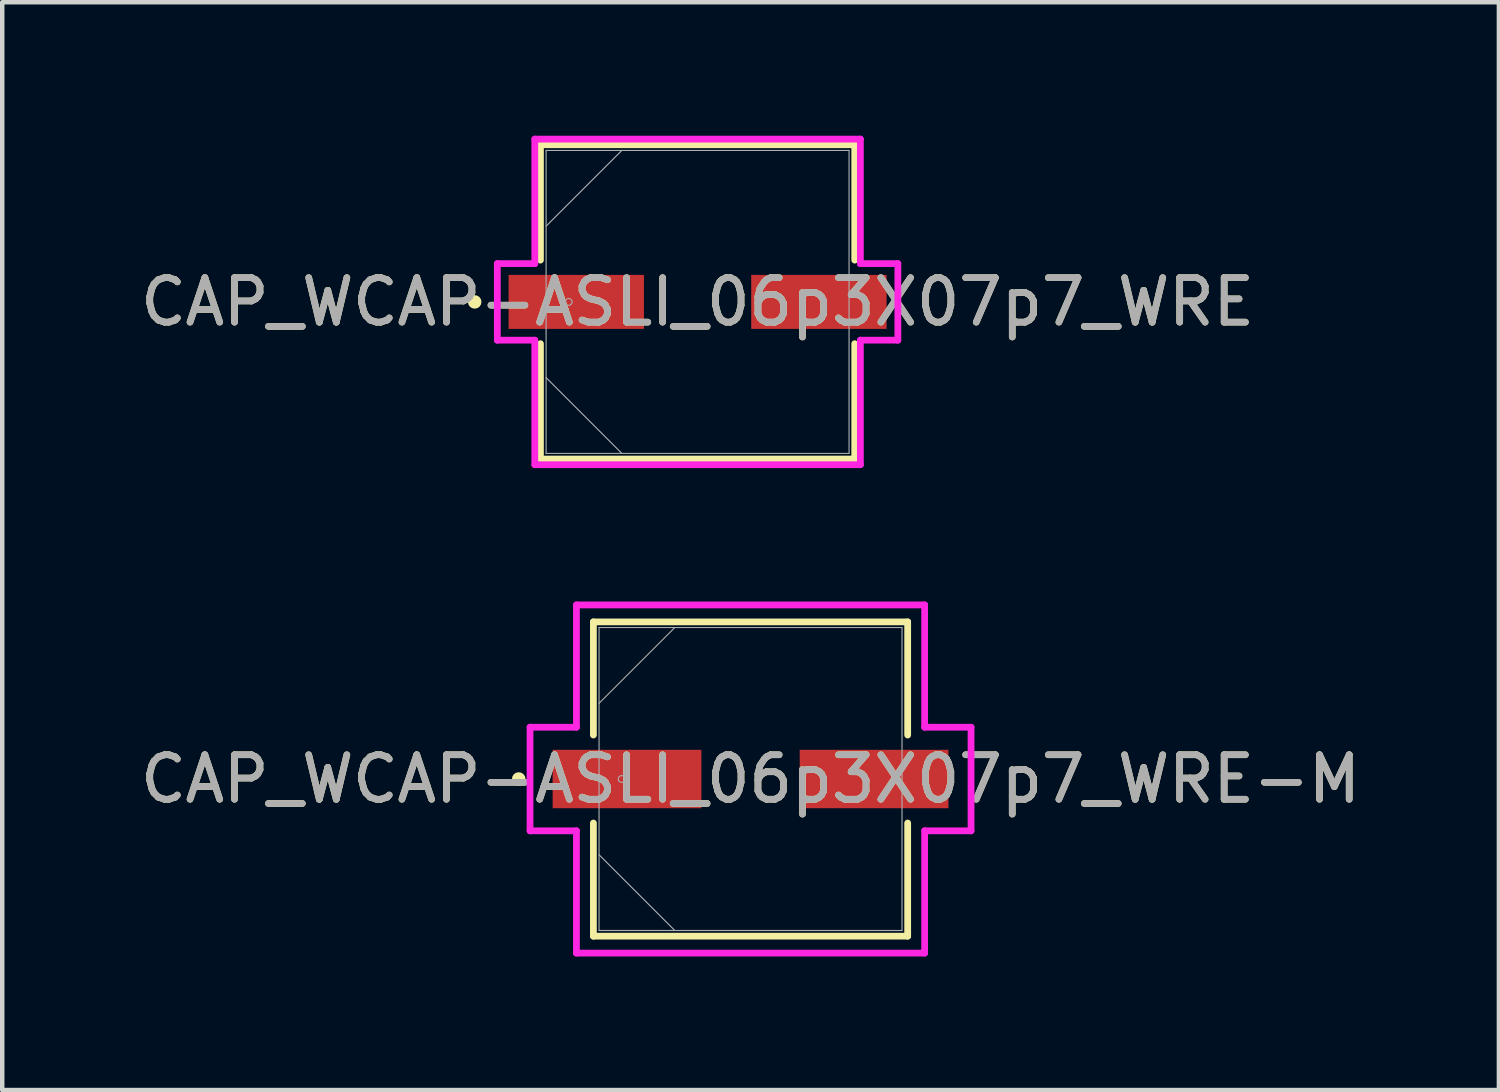
<source format=kicad_pcb>
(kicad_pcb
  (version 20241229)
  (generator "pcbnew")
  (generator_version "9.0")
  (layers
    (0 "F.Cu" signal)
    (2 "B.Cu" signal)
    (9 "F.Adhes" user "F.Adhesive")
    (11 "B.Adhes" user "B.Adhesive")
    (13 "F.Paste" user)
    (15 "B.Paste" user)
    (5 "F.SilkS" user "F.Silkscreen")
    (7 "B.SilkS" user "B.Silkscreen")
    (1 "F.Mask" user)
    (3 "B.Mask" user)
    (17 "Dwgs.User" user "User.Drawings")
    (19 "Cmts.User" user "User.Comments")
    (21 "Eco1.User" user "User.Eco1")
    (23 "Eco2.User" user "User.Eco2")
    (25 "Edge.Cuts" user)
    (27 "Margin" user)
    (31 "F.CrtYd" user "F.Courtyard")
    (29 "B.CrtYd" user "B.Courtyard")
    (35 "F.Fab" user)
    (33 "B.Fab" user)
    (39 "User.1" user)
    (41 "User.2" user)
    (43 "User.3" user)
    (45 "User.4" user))
  (footprint "CAP_WCAP-ASLI_06p3X07p7_WRE"
    (layer "F.Cu")
    (at 12.625 3.734)
    (property "Reference" "CAP_WCAP-ASLI_06p3X07p7_WRE" (at 0 0 0) (unlocked yes) (layer "F.SilkS") (effects (font (size 1 1) (thickness 0.15))))
    (attr smd)
    (fp_line (start -3.531 -3.531) (end -3.531 -0.939) (stroke (width 0.152) (type solid)) (layer "F.SilkS"))
    (fp_line (start -3.531 0.939) (end -3.531 3.531) (stroke (width 0.152) (type solid)) (layer "F.SilkS"))
    (fp_line (start -3.531 3.531) (end 3.531 3.531) (stroke (width 0.152) (type solid)) (layer "F.SilkS"))
    (fp_line (start 3.531 -3.531) (end -3.531 -3.531) (stroke (width 0.152) (type solid)) (layer "F.SilkS"))
    (fp_line (start 3.531 -0.939) (end 3.531 -3.531) (stroke (width 0.152) (type solid)) (layer "F.SilkS"))
    (fp_line (start 3.531 3.531) (end 3.531 0.939) (stroke (width 0.152) (type solid)) (layer "F.SilkS"))
    (fp_circle (center -5.008 0) (end -4.932 0) (stroke (width 0.152) (type solid)) (fill no) (layer "F.SilkS"))
    (fp_line (start -4.5 -0.86) (end -3.658 -0.86) (stroke (width 0.152) (type solid)) (layer "F.CrtYd"))
    (fp_line (start -4.5 0.86) (end -4.5 -0.86) (stroke (width 0.152) (type solid)) (layer "F.CrtYd"))
    (fp_line (start -3.658 -3.658) (end 3.658 -3.658) (stroke (width 0.152) (type solid)) (layer "F.CrtYd"))
    (fp_line (start -3.658 -0.86) (end -3.658 -3.658) (stroke (width 0.152) (type solid)) (layer "F.CrtYd"))
    (fp_line (start -3.658 0.86) (end -4.5 0.86) (stroke (width 0.152) (type solid)) (layer "F.CrtYd"))
    (fp_line (start -3.658 3.658) (end -3.658 0.86) (stroke (width 0.152) (type solid)) (layer "F.CrtYd"))
    (fp_line (start 3.658 -3.658) (end 3.658 -0.86) (stroke (width 0.152) (type solid)) (layer "F.CrtYd"))
    (fp_line (start 3.658 -0.86) (end 4.5 -0.86) (stroke (width 0.152) (type solid)) (layer "F.CrtYd"))
    (fp_line (start 3.658 0.86) (end 3.658 3.658) (stroke (width 0.152) (type solid)) (layer "F.CrtYd"))
    (fp_line (start 3.658 3.658) (end -3.658 3.658) (stroke (width 0.152) (type solid)) (layer "F.CrtYd"))
    (fp_line (start 4.5 -0.86) (end 4.5 0.86) (stroke (width 0.152) (type solid)) (layer "F.CrtYd"))
    (fp_line (start 4.5 0.86) (end 3.658 0.86) (stroke (width 0.152) (type solid)) (layer "F.CrtYd"))
    (fp_line (start -3.404 -3.404) (end -3.404 3.404) (stroke (width 0.025) (type solid)) (layer "F.Fab"))
    (fp_line (start -3.404 -1.702) (end -1.702 -3.404) (stroke (width 0.025) (type solid)) (layer "F.Fab"))
    (fp_line (start -3.404 1.702) (end -1.702 3.404) (stroke (width 0.025) (type solid)) (layer "F.Fab"))
    (fp_line (start -3.404 3.404) (end 3.404 3.404) (stroke (width 0.025) (type solid)) (layer "F.Fab"))
    (fp_line (start 3.404 -3.404) (end -3.404 -3.404) (stroke (width 0.025) (type solid)) (layer "F.Fab"))
    (fp_line (start 3.404 3.404) (end 3.404 -3.404) (stroke (width 0.025) (type solid)) (layer "F.Fab"))
    (fp_circle (center -2.896 0) (end -2.819 0) (stroke (width 0.025) (type solid)) (fill no) (layer "F.Fab"))
    (fp_text user "${REFERENCE}" (at 0 0 0) (unlocked yes) (layer "F.Fab") (effects (font (size 1 1) (thickness 0.15))))
    (pad "1" smd rect (at -2.726 0) (size 3.042 1.213) (layers "F.Cu" "F.Mask" "F.Paste"))
    (pad "2" smd rect (at 2.726 0) (size 3.042 1.213) (layers "F.Cu" "F.Mask" "F.Paste"))
    (zone (net_name "") (layer "F.Cu") (hatch full 0.508) (connect_pads) (min_thickness 0.254) (filled_areas_thickness no) (keepout (tracks not_allowed) (vias not_allowed) (pads allowed) (copperpour not_allowed) (footprints allowed)) (placement (enabled no)) (fill) (polygon (pts (xy 9.272 0.381) (xy 15.978 0.381) (xy 15.978 3.077) (xy 9.272 3.077))))
    (zone (net_name "") (layer "F.Cu") (hatch full 0.508) (connect_pads) (min_thickness 0.254) (filled_areas_thickness no) (keepout (tracks not_allowed) (vias not_allowed) (pads allowed) (copperpour not_allowed) (footprints allowed)) (placement (enabled no)) (fill) (polygon (pts (xy 9.272 4.391) (xy 15.978 4.391) (xy 15.978 7.087) (xy 9.272 7.087))))
    (zone (net_name "") (layer "F.Cu") (hatch full 0.508) (connect_pads) (min_thickness 0.254) (filled_areas_thickness no) (keepout (tracks not_allowed) (vias not_allowed) (pads allowed) (copperpour not_allowed) (footprints allowed)) (placement (enabled no)) (fill) (polygon (pts (xy 11.471 3.077) (xy 13.779 3.077) (xy 13.779 4.391) (xy 11.471 4.391)))))
  (footprint "CAP_WCAP-ASLI_06p3X07p7_WRE-M"
    (layer "F.Cu")
    (at 13.815 14.455)
    (property "Reference" "CAP_WCAP-ASLI_06p3X07p7_WRE-M" (at 0 0 0) (unlocked yes) (layer "F.SilkS") (effects (font (size 1 1) (thickness 0.15))))
    (attr smd)
    (fp_line (start -3.531 -3.531) (end -3.531 -0.989) (stroke (width 0.152) (type solid)) (layer "F.SilkS"))
    (fp_line (start -3.531 0.989) (end -3.531 3.531) (stroke (width 0.152) (type solid)) (layer "F.SilkS"))
    (fp_line (start -3.531 3.531) (end 3.531 3.531) (stroke (width 0.152) (type solid)) (layer "F.SilkS"))
    (fp_line (start 3.531 -3.531) (end -3.531 -3.531) (stroke (width 0.152) (type solid)) (layer "F.SilkS"))
    (fp_line (start 3.531 -0.989) (end 3.531 -3.531) (stroke (width 0.152) (type solid)) (layer "F.SilkS"))
    (fp_line (start 3.531 3.531) (end 3.531 0.989) (stroke (width 0.152) (type solid)) (layer "F.SilkS"))
    (fp_circle (center -5.209 0) (end -5.132 0) (stroke (width 0.152) (type solid)) (fill no) (layer "F.SilkS"))
    (fp_line (start -4.955 -1.164) (end -3.912 -1.164) (stroke (width 0.152) (type solid)) (layer "F.CrtYd"))
    (fp_line (start -4.955 1.164) (end -4.955 -1.164) (stroke (width 0.152) (type solid)) (layer "F.CrtYd"))
    (fp_line (start -3.912 -3.912) (end 3.912 -3.912) (stroke (width 0.152) (type solid)) (layer "F.CrtYd"))
    (fp_line (start -3.912 -1.164) (end -3.912 -3.912) (stroke (width 0.152) (type solid)) (layer "F.CrtYd"))
    (fp_line (start -3.912 1.164) (end -4.955 1.164) (stroke (width 0.152) (type solid)) (layer "F.CrtYd"))
    (fp_line (start -3.912 3.912) (end -3.912 1.164) (stroke (width 0.152) (type solid)) (layer "F.CrtYd"))
    (fp_line (start 3.912 -3.912) (end 3.912 -1.164) (stroke (width 0.152) (type solid)) (layer "F.CrtYd"))
    (fp_line (start 3.912 -1.164) (end 4.955 -1.164) (stroke (width 0.152) (type solid)) (layer "F.CrtYd"))
    (fp_line (start 3.912 1.164) (end 3.912 3.912) (stroke (width 0.152) (type solid)) (layer "F.CrtYd"))
    (fp_line (start 3.912 3.912) (end -3.912 3.912) (stroke (width 0.152) (type solid)) (layer "F.CrtYd"))
    (fp_line (start 4.955 -1.164) (end 4.955 1.164) (stroke (width 0.152) (type solid)) (layer "F.CrtYd"))
    (fp_line (start 4.955 1.164) (end 3.912 1.164) (stroke (width 0.152) (type solid)) (layer "F.CrtYd"))
    (fp_line (start -3.404 -3.404) (end -3.404 3.404) (stroke (width 0.025) (type solid)) (layer "F.Fab"))
    (fp_line (start -3.404 -1.702) (end -1.702 -3.404) (stroke (width 0.025) (type solid)) (layer "F.Fab"))
    (fp_line (start -3.404 1.702) (end -1.702 3.404) (stroke (width 0.025) (type solid)) (layer "F.Fab"))
    (fp_line (start -3.404 3.404) (end 3.404 3.404) (stroke (width 0.025) (type solid)) (layer "F.Fab"))
    (fp_line (start 3.404 -3.404) (end -3.404 -3.404) (stroke (width 0.025) (type solid)) (layer "F.Fab"))
    (fp_line (start 3.404 3.404) (end 3.404 -3.404) (stroke (width 0.025) (type solid)) (layer "F.Fab"))
    (fp_circle (center -2.896 0) (end -2.819 0) (stroke (width 0.025) (type solid)) (fill no) (layer "F.Fab"))
    (fp_text user "${REFERENCE}" (at 0 0 0) (unlocked yes) (layer "F.Fab") (effects (font (size 1 1) (thickness 0.15))))
    (pad "1" smd rect (at -2.776 0) (size 3.342 1.313) (layers "F.Cu" "F.Mask" "F.Paste"))
    (pad "2" smd rect (at 2.776 0) (size 3.342 1.313) (layers "F.Cu" "F.Mask" "F.Paste"))
    (zone (net_name "") (layer "F.Cu") (hatch full 0.508) (connect_pads) (min_thickness 0.254) (filled_areas_thickness no) (keepout (tracks not_allowed) (vias not_allowed) (pads allowed) (copperpour not_allowed) (footprints allowed)) (placement (enabled no)) (fill) (polygon (pts (xy 10.463 11.103) (xy 17.168 11.103) (xy 17.168 13.748) (xy 10.463 13.748))))
    (zone (net_name "") (layer "F.Cu") (hatch full 0.508) (connect_pads) (min_thickness 0.254) (filled_areas_thickness no) (keepout (tracks not_allowed) (vias not_allowed) (pads allowed) (copperpour not_allowed) (footprints allowed)) (placement (enabled no)) (fill) (polygon (pts (xy 10.463 15.163) (xy 17.168 15.163) (xy 17.168 17.808) (xy 10.463 17.808))))
    (zone (net_name "") (layer "F.Cu") (hatch full 0.508) (connect_pads) (min_thickness 0.254) (filled_areas_thickness no) (keepout (tracks not_allowed) (vias not_allowed) (pads allowed) (copperpour not_allowed) (footprints allowed)) (placement (enabled no)) (fill) (polygon (pts (xy 12.761 13.748) (xy 14.87 13.748) (xy 14.87 15.163) (xy 12.761 15.163)))))
  (gr_rect
    (start -3 -3)
    (end 30.631 21.443)
    (stroke (width 0.1) (type default))
    (fill no)
    (layer "Edge.Cuts")))
</source>
